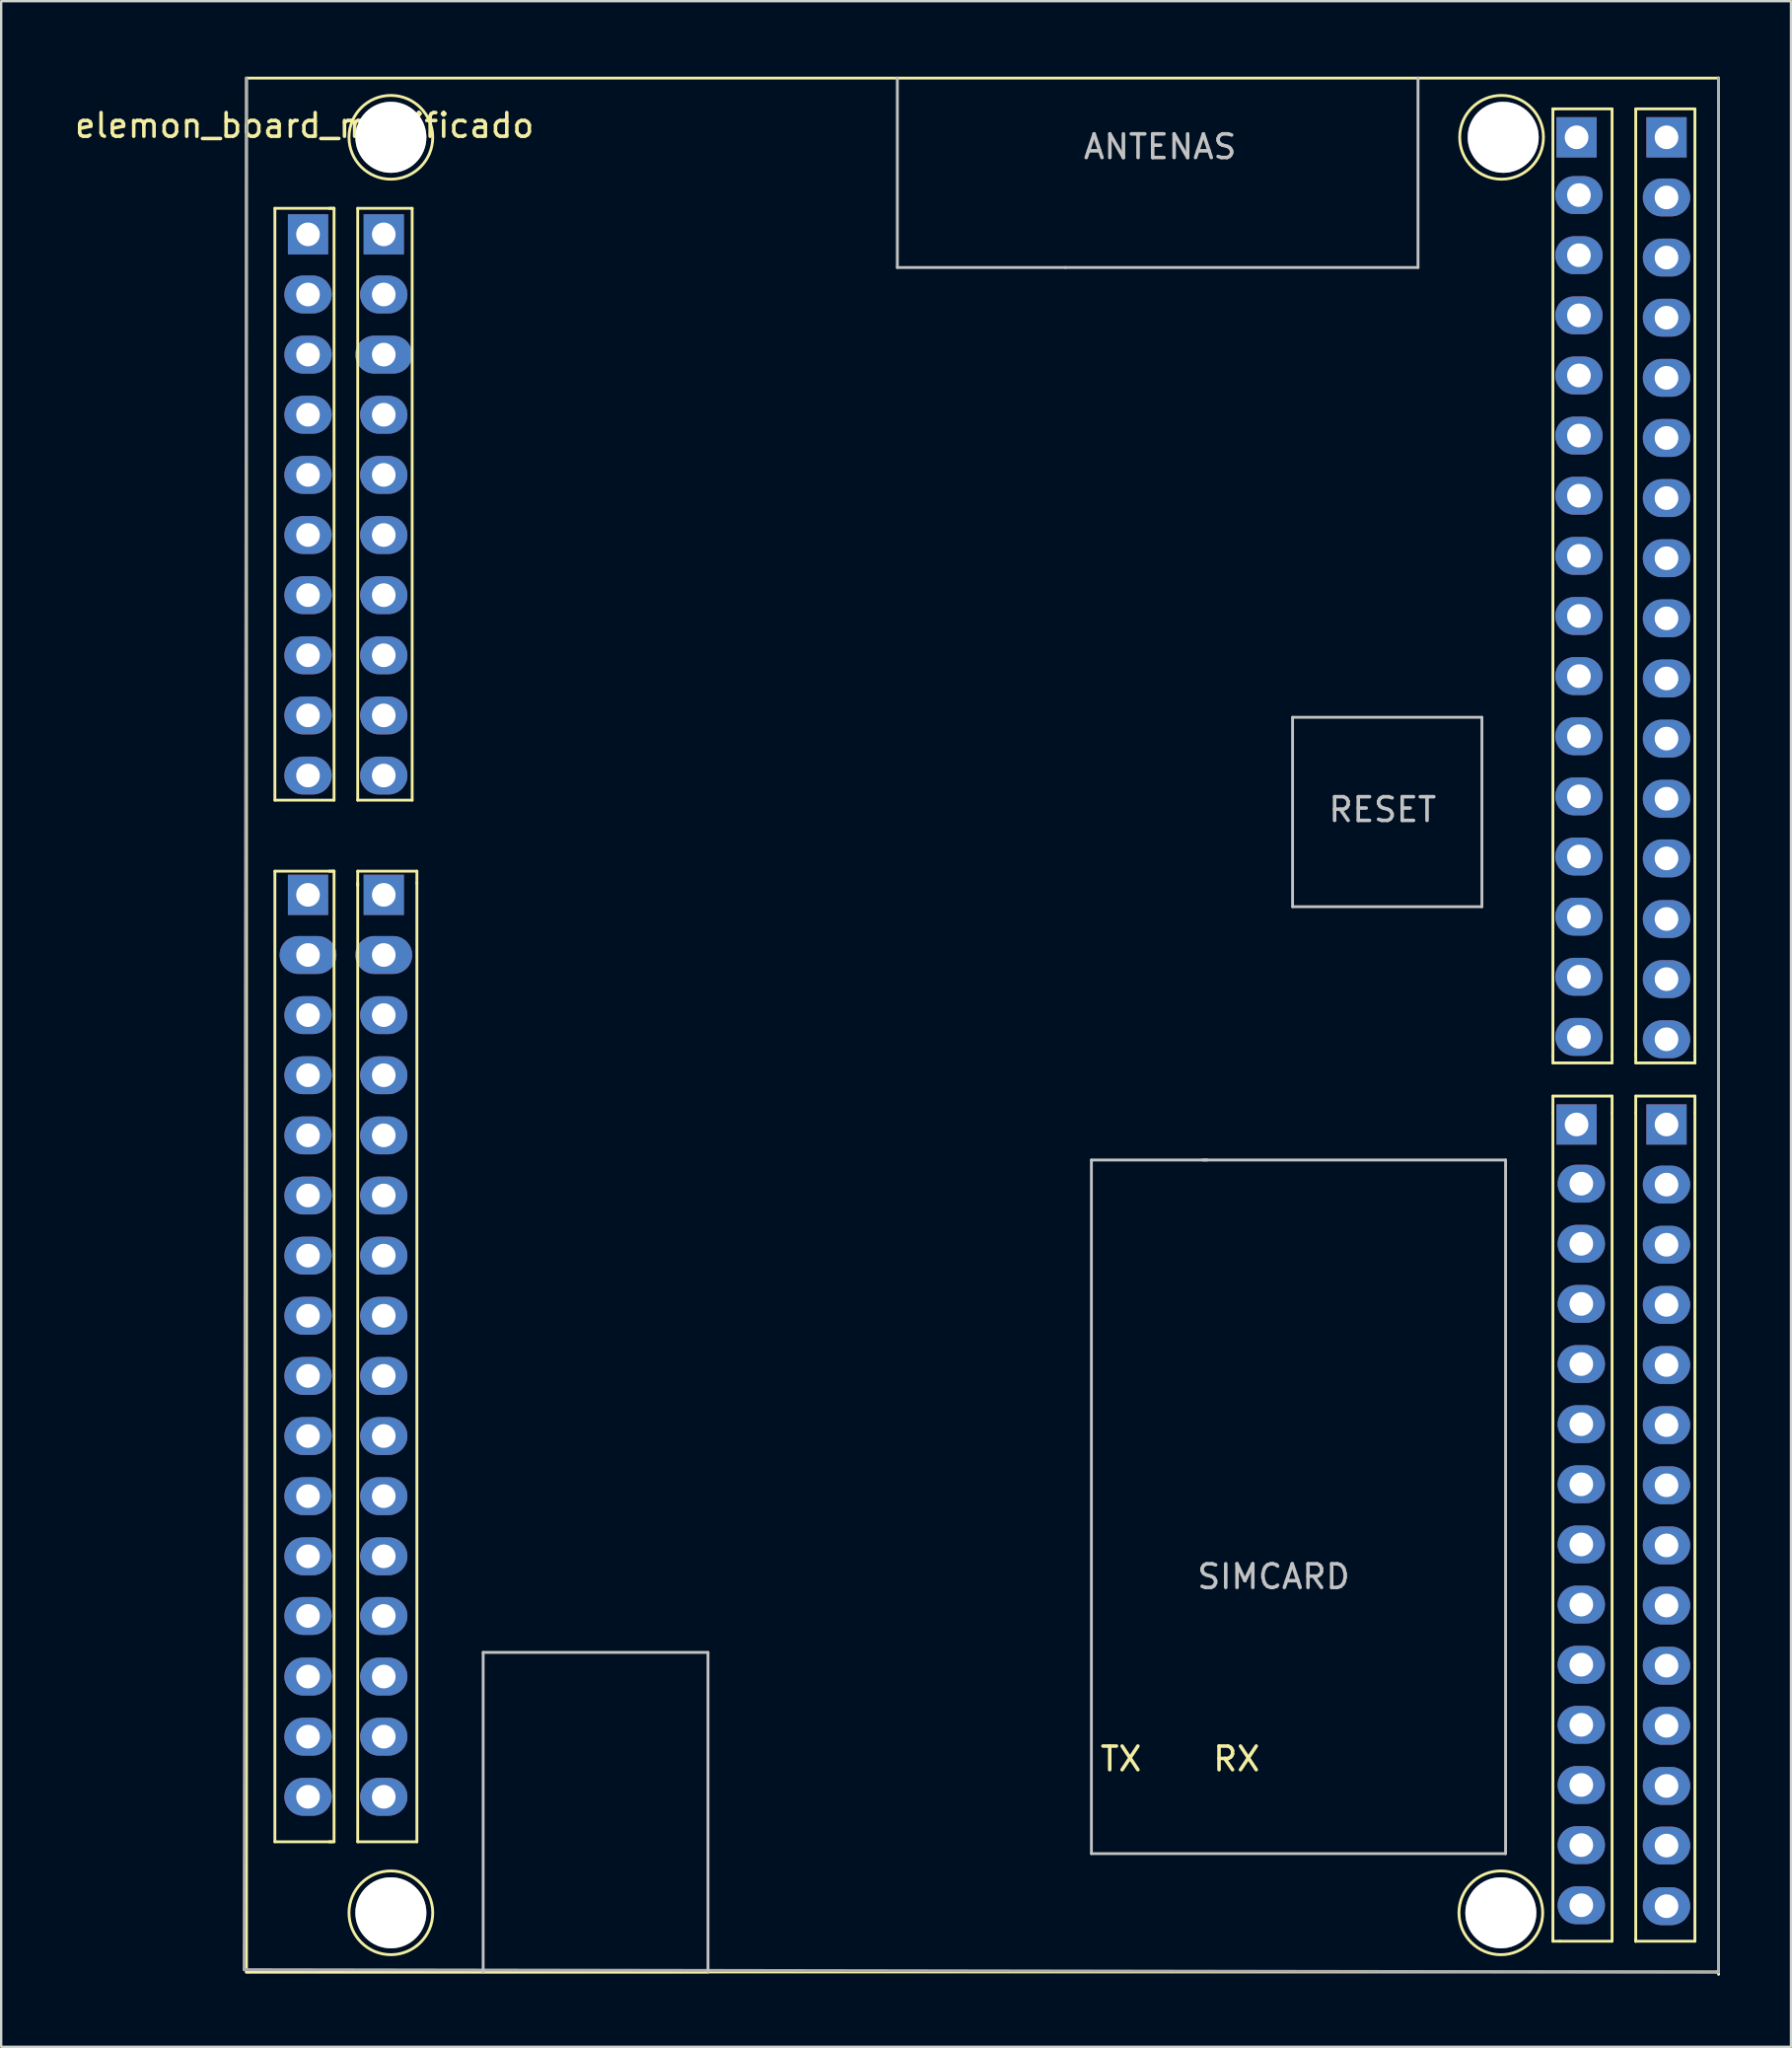
<source format=kicad_pcb>
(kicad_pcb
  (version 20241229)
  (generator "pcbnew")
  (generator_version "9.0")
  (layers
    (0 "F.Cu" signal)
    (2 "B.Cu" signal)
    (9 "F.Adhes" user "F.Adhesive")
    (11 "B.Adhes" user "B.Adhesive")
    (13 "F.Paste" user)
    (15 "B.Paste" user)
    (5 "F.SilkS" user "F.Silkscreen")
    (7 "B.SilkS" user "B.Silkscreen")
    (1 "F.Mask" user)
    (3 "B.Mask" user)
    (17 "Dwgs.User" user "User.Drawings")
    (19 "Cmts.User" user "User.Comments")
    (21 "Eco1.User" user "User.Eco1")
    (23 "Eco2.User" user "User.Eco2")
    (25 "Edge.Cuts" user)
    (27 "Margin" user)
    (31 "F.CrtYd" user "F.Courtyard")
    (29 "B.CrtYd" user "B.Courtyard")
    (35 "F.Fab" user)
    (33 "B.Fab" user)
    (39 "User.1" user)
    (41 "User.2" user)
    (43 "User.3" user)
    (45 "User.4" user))
  (footprint "elemon_board_modificado"
    (layer "F.Cu")
    (at 7.365 0.25)
    (property "Reference" "elemon_board_modificado" (at 2.45 2 0) (layer "F.SilkS") (effects (font (size 1 1) (thickness 0.15))))
    (attr through_hole)
    (fp_line (start 0 0) (end 62.2 0) (stroke (width 0.12) (type solid)) (layer "F.SilkS"))
    (fp_line (start 0 80) (end 0 0) (stroke (width 0.12) (type solid)) (layer "F.SilkS"))
    (fp_line (start 0 80) (end 19.5 80) (stroke (width 0.12) (type solid)) (layer "F.SilkS"))
    (fp_line (start 0.1 80) (end 0 80) (stroke (width 0.12) (type solid)) (layer "F.SilkS"))
    (fp_line (start 0.1 80) (end 62.1 80) (stroke (width 0.12) (type solid)) (layer "F.SilkS"))
    (fp_line (start 1.2 5.5) (end 3.7 5.5) (stroke (width 0.12) (type solid)) (layer "F.SilkS"))
    (fp_line (start 1.2 30.5) (end 1.2 5.5) (stroke (width 0.12) (type solid)) (layer "F.SilkS"))
    (fp_line (start 1.2 30.5) (end 3.7 30.5) (stroke (width 0.12) (type solid)) (layer "F.SilkS"))
    (fp_line (start 1.2 33.5) (end 1.2 74.5) (stroke (width 0.12) (type solid)) (layer "F.SilkS"))
    (fp_line (start 1.2 33.5) (end 3.7 33.5) (stroke (width 0.12) (type solid)) (layer "F.SilkS"))
    (fp_line (start 1.2 74.5) (end 3.6 74.5) (stroke (width 0.12) (type solid)) (layer "F.SilkS"))
    (fp_line (start 3.5 5.5) (end 3.7 5.5) (stroke (width 0.12) (type solid)) (layer "F.SilkS"))
    (fp_line (start 3.5 33.5) (end 3.7 33.5) (stroke (width 0.12) (type solid)) (layer "F.SilkS"))
    (fp_line (start 3.7 5.5) (end 3.7 30.5) (stroke (width 0.12) (type solid)) (layer "F.SilkS"))
    (fp_line (start 3.7 33.5) (end 3.7 74.5) (stroke (width 0.12) (type solid)) (layer "F.SilkS"))
    (fp_line (start 3.7 74.5) (end 3.5 74.5) (stroke (width 0.12) (type solid)) (layer "F.SilkS"))
    (fp_line (start 4.7 5.5) (end 7 5.5) (stroke (width 0.12) (type solid)) (layer "F.SilkS"))
    (fp_line (start 4.7 30.5) (end 4.7 5.5) (stroke (width 0.12) (type solid)) (layer "F.SilkS"))
    (fp_line (start 4.7 30.5) (end 7 30.5) (stroke (width 0.12) (type solid)) (layer "F.SilkS"))
    (fp_line (start 4.7 33.5) (end 4.7 34.1) (stroke (width 0.12) (type solid)) (layer "F.SilkS"))
    (fp_line (start 4.7 34) (end 4.7 74.5) (stroke (width 0.12) (type solid)) (layer "F.SilkS"))
    (fp_line (start 4.7 74.5) (end 7.2 74.5) (stroke (width 0.12) (type solid)) (layer "F.SilkS"))
    (fp_line (start 7 30.5) (end 7 5.5) (stroke (width 0.12) (type solid)) (layer "F.SilkS"))
    (fp_line (start 7.2 33.5) (end 4.7 33.5) (stroke (width 0.12) (type solid)) (layer "F.SilkS"))
    (fp_line (start 7.2 34) (end 7.2 33.5) (stroke (width 0.12) (type solid)) (layer "F.SilkS"))
    (fp_line (start 7.2 34) (end 7.2 74.5) (stroke (width 0.12) (type solid)) (layer "F.SilkS"))
    (fp_line (start 55.2 1.3) (end 55.3 1.3) (stroke (width 0.12) (type solid)) (layer "F.SilkS"))
    (fp_line (start 55.2 41.3) (end 55.2 1.3) (stroke (width 0.12) (type solid)) (layer "F.SilkS"))
    (fp_line (start 55.2 41.6) (end 55.2 41.3) (stroke (width 0.12) (type solid)) (layer "F.SilkS"))
    (fp_line (start 55.2 43) (end 55.2 43.7) (stroke (width 0.12) (type solid)) (layer "F.SilkS"))
    (fp_line (start 55.2 43.7) (end 55.2 78.7) (stroke (width 0.12) (type solid)) (layer "F.SilkS"))
    (fp_line (start 55.2 78.7) (end 55.5 78.7) (stroke (width 0.12) (type solid)) (layer "F.SilkS"))
    (fp_line (start 55.3 1.3) (end 55.2 1.3) (stroke (width 0.12) (type solid)) (layer "F.SilkS"))
    (fp_line (start 55.3 1.3) (end 57.7 1.3) (stroke (width 0.12) (type solid)) (layer "F.SilkS"))
    (fp_line (start 57.7 41.3) (end 57.7 1.3) (stroke (width 0.12) (type solid)) (layer "F.SilkS"))
    (fp_line (start 57.7 41.3) (end 57.7 41.6) (stroke (width 0.12) (type solid)) (layer "F.SilkS"))
    (fp_line (start 57.7 41.6) (end 55.2 41.6) (stroke (width 0.12) (type solid)) (layer "F.SilkS"))
    (fp_line (start 57.7 43) (end 55.2 43) (stroke (width 0.12) (type solid)) (layer "F.SilkS"))
    (fp_line (start 57.7 43.7) (end 57.7 43) (stroke (width 0.12) (type solid)) (layer "F.SilkS"))
    (fp_line (start 57.7 43.7) (end 57.7 78.7) (stroke (width 0.12) (type solid)) (layer "F.SilkS"))
    (fp_line (start 57.7 78.7) (end 55.5 78.7) (stroke (width 0.12) (type solid)) (layer "F.SilkS"))
    (fp_line (start 58.7 1.3) (end 61.2 1.3) (stroke (width 0.12) (type solid)) (layer "F.SilkS"))
    (fp_line (start 58.7 41.3) (end 58.7 1.3) (stroke (width 0.12) (type solid)) (layer "F.SilkS"))
    (fp_line (start 58.7 41.6) (end 58.7 41.2) (stroke (width 0.12) (type solid)) (layer "F.SilkS"))
    (fp_line (start 58.7 43) (end 61.2 43) (stroke (width 0.12) (type solid)) (layer "F.SilkS"))
    (fp_line (start 58.7 43.7) (end 58.7 43) (stroke (width 0.12) (type solid)) (layer "F.SilkS"))
    (fp_line (start 58.7 78.6) (end 58.7 78.7) (stroke (width 0.12) (type solid)) (layer "F.SilkS"))
    (fp_line (start 58.7 78.7) (end 58.7 43.7) (stroke (width 0.12) (type solid)) (layer "F.SilkS"))
    (fp_line (start 58.7 78.7) (end 58.7 78.6) (stroke (width 0.12) (type solid)) (layer "F.SilkS"))
    (fp_line (start 58.7 78.7) (end 61.2 78.7) (stroke (width 0.12) (type solid)) (layer "F.SilkS"))
    (fp_line (start 61.2 1.3) (end 61.2 41.3) (stroke (width 0.12) (type solid)) (layer "F.SilkS"))
    (fp_line (start 61.2 41.3) (end 61.2 41.6) (stroke (width 0.12) (type solid)) (layer "F.SilkS"))
    (fp_line (start 61.2 41.6) (end 58.7 41.6) (stroke (width 0.12) (type solid)) (layer "F.SilkS"))
    (fp_line (start 61.2 43.7) (end 61.2 43) (stroke (width 0.12) (type solid)) (layer "F.SilkS"))
    (fp_line (start 61.2 43.7) (end 61.2 78.7) (stroke (width 0.12) (type solid)) (layer "F.SilkS"))
    (fp_line (start 62.1 80) (end 62.2 80) (stroke (width 0.12) (type solid)) (layer "F.SilkS"))
    (fp_line (start 62.2 0) (end 62.2 1) (stroke (width 0.12) (type solid)) (layer "F.SilkS"))
    (fp_line (start 62.2 0) (end 62.2 80.1) (stroke (width 0.12) (type solid)) (layer "F.SilkS"))
    (fp_circle (center 6.1 2.5) (end 7.4 3.7) (stroke (width 0.12) (type solid)) (fill no) (layer "F.SilkS"))
    (fp_circle (center 6.1 77.5) (end 7.4 78.7) (stroke (width 0.12) (type solid)) (fill no) (layer "F.SilkS"))
    (fp_circle (center 53 77.5) (end 54.3 78.7) (stroke (width 0.12) (type solid)) (fill no) (layer "F.SilkS"))
    (fp_circle (center 53.031 2.5) (end 54.331 3.7) (stroke (width 0.12) (type solid)) (fill no) (layer "F.SilkS"))
    (fp_line (start 10 66.5) (end 10 80) (stroke (width 0.12) (type solid)) (layer "Dwgs.User"))
    (fp_line (start 19.5 66.5) (end 10 66.5) (stroke (width 0.12) (type solid)) (layer "Dwgs.User"))
    (fp_line (start 19.5 80) (end 19.5 66.5) (stroke (width 0.12) (type solid)) (layer "Dwgs.User"))
    (fp_line (start 27.5 0) (end 27.5 8) (stroke (width 0.12) (type solid)) (layer "Dwgs.User"))
    (fp_line (start 27.5 8) (end 34.6 8) (stroke (width 0.12) (type solid)) (layer "Dwgs.User"))
    (fp_line (start 35.7 45.7) (end 40.6 45.7) (stroke (width 0.12) (type solid)) (layer "Dwgs.User"))
    (fp_line (start 35.7 75) (end 35.7 45.7) (stroke (width 0.12) (type solid)) (layer "Dwgs.User"))
    (fp_line (start 35.7 75) (end 53.2 75) (stroke (width 0.12) (type solid)) (layer "Dwgs.User"))
    (fp_line (start 44.2 27) (end 44.2 35) (stroke (width 0.12) (type solid)) (layer "Dwgs.User"))
    (fp_line (start 44.2 35) (end 52.2 35) (stroke (width 0.12) (type solid)) (layer "Dwgs.User"))
    (fp_line (start 49.5 0) (end 49.5 8) (stroke (width 0.12) (type solid)) (layer "Dwgs.User"))
    (fp_line (start 49.5 8) (end 34.6 8) (stroke (width 0.12) (type solid)) (layer "Dwgs.User"))
    (fp_line (start 52.2 27) (end 44.2 27) (stroke (width 0.12) (type solid)) (layer "Dwgs.User"))
    (fp_line (start 52.2 27) (end 52.2 35) (stroke (width 0.12) (type solid)) (layer "Dwgs.User"))
    (fp_line (start 53.2 45.7) (end 40.4 45.7) (stroke (width 0.12) (type solid)) (layer "Dwgs.User"))
    (fp_line (start 53.2 75) (end 53.2 45.7) (stroke (width 0.12) (type solid)) (layer "Dwgs.User"))
    (fp_line (start -0.1 79.9) (end 0 0) (stroke (width 0.12) (type solid)) (layer "F.Fab"))
    (fp_line (start 62.2 0) (end 62.2 80) (stroke (width 0.12) (type solid)) (layer "F.Fab"))
    (fp_line (start 62.2 80) (end -0.1 79.9) (stroke (width 0.12) (type solid)) (layer "F.Fab"))
    (fp_text user "TX    RX" (at 39.45 71 0) (layer "F.SilkS") (effects (font (size 1 1) (thickness 0.15))))
    (fp_text user "SIMCARD" (at 43.4 63.3 0) (layer "Dwgs.User") (effects (font (size 1 1) (thickness 0.15))))
    (fp_text user "RESET" (at 48 30.9 0) (layer "Dwgs.User") (effects (font (size 1 1) (thickness 0.15))))
    (fp_text user "ANTENAS" (at 38.6 2.9 0) (layer "Dwgs.User") (effects (font (size 1 1) (thickness 0.15))))
    (pad "" thru_hole circle (at 6.1 2.5) (size 3 3) (drill 3) (layers "*.Cu" "*.Mask"))
    (pad "" thru_hole circle (at 6.1 77.5) (size 3 3) (drill 3) (layers "*.Cu" "*.Mask"))
    (pad "" thru_hole circle (at 53 77.5) (size 3 3) (drill 3) (layers "*.Cu" "*.Mask"))
    (pad "" thru_hole circle (at 53.1 2.5) (size 3 3) (drill 3) (layers "*.Cu" "*.Mask"))
    (pad "1" thru_hole rect (at 2.6 6.6) (size 1.7 1.7) (drill 1) (layers "*.Cu" "*.Mask"))
    (pad "1" thru_hole rect (at 5.8 6.6) (size 1.7 1.7) (drill 1) (layers "*.Cu" "*.Mask"))
    (pad "2" thru_hole oval (at 2.6 9.14) (size 2 1.6) (drill 1) (layers "*.Cu" "*.Mask"))
    (pad "2" thru_hole oval (at 5.8 9.14) (size 2 1.6) (drill 1) (layers "*.Cu" "*.Mask"))
    (pad "3" thru_hole oval (at 2.6 11.68) (size 2 1.6) (drill 1) (layers "*.Cu" "*.Mask"))
    (pad "3" thru_hole oval (at 5.8 11.68) (size 2.4 1.6) (drill 1) (layers "*.Cu" "*.Mask"))
    (pad "4" thru_hole oval (at 2.6 14.22) (size 2 1.6) (drill 1) (layers "*.Cu" "*.Mask"))
    (pad "4" thru_hole oval (at 5.8 14.22) (size 2 1.6) (drill 1) (layers "*.Cu" "*.Mask"))
    (pad "5" thru_hole oval (at 2.6 16.76) (size 2 1.6) (drill 1) (layers "*.Cu" "*.Mask"))
    (pad "5" thru_hole oval (at 5.8 16.76) (size 2 1.6) (drill 1) (layers "*.Cu" "*.Mask"))
    (pad "6" thru_hole oval (at 2.6 19.3) (size 2 1.6) (drill 1) (layers "*.Cu" "*.Mask"))
    (pad "6" thru_hole oval (at 5.8 19.3) (size 2 1.6) (drill 1) (layers "*.Cu" "*.Mask"))
    (pad "7" thru_hole oval (at 2.6 21.84) (size 2 1.6) (drill 1) (layers "*.Cu" "*.Mask"))
    (pad "7" thru_hole oval (at 5.8 21.84) (size 2 1.6) (drill 1) (layers "*.Cu" "*.Mask"))
    (pad "8" thru_hole oval (at 2.6 24.38) (size 2 1.6) (drill 1) (layers "*.Cu" "*.Mask"))
    (pad "8" thru_hole oval (at 5.8 24.38) (size 2 1.6) (drill 1) (layers "*.Cu" "*.Mask"))
    (pad "9" thru_hole oval (at 2.6 26.92) (size 2 1.6) (drill 1) (layers "*.Cu" "*.Mask"))
    (pad "9" thru_hole oval (at 5.8 26.92) (size 2 1.6) (drill 1) (layers "*.Cu" "*.Mask"))
    (pad "10" thru_hole oval (at 2.6 29.46) (size 2 1.6) (drill 1) (layers "*.Cu" "*.Mask"))
    (pad "10" thru_hole oval (at 5.8 29.46) (size 2 1.6) (drill 1) (layers "*.Cu" "*.Mask"))
    (pad "11" thru_hole rect (at 2.6 34.5) (size 1.7 1.7) (drill 1) (layers "*.Cu" "*.Mask"))
    (pad "11" thru_hole rect (at 5.8 34.5) (size 1.7 1.7) (drill 1) (layers "*.Cu" "*.Mask"))
    (pad "12" thru_hole oval (at 2.6 37.04) (size 2.4 1.6) (drill 1) (layers "*.Cu" "*.Mask"))
    (pad "12" thru_hole oval (at 5.8 37.04) (size 2.4 1.6) (drill 1) (layers "*.Cu" "*.Mask"))
    (pad "13" thru_hole oval (at 2.6 39.58) (size 2 1.6) (drill 1) (layers "*.Cu" "*.Mask"))
    (pad "13" thru_hole oval (at 5.8 39.58) (size 2 1.6) (drill 1) (layers "*.Cu" "*.Mask"))
    (pad "14" thru_hole oval (at 2.6 42.12) (size 2 1.6) (drill 1) (layers "*.Cu" "*.Mask"))
    (pad "14" thru_hole oval (at 5.8 42.12) (size 2 1.6) (drill 1) (layers "*.Cu" "*.Mask"))
    (pad "15" thru_hole oval (at 2.6 44.66) (size 2 1.6) (drill 1) (layers "*.Cu" "*.Mask"))
    (pad "15" thru_hole oval (at 5.8 44.66) (size 2 1.6) (drill 1) (layers "*.Cu" "*.Mask"))
    (pad "16" thru_hole oval (at 2.6 47.2) (size 2 1.6) (drill 1) (layers "*.Cu" "*.Mask"))
    (pad "16" thru_hole oval (at 5.8 47.2) (size 2 1.6) (drill 1) (layers "*.Cu" "*.Mask"))
    (pad "17" thru_hole oval (at 2.6 49.74) (size 2 1.6) (drill 1) (layers "*.Cu" "*.Mask"))
    (pad "17" thru_hole oval (at 5.8 49.74) (size 2 1.6) (drill 1) (layers "*.Cu" "*.Mask"))
    (pad "18" thru_hole oval (at 2.6 52.28) (size 2 1.6) (drill 1) (layers "*.Cu" "*.Mask"))
    (pad "18" thru_hole oval (at 5.8 52.28) (size 2 1.6) (drill 1) (layers "*.Cu" "*.Mask"))
    (pad "19" thru_hole oval (at 2.6 54.82) (size 2 1.6) (drill 1) (layers "*.Cu" "*.Mask"))
    (pad "19" thru_hole oval (at 5.8 54.82) (size 2 1.6) (drill 1) (layers "*.Cu" "*.Mask"))
    (pad "20" thru_hole oval (at 2.6 57.36) (size 2 1.6) (drill 1) (layers "*.Cu" "*.Mask"))
    (pad "20" thru_hole oval (at 5.8 57.36) (size 2 1.6) (drill 1) (layers "*.Cu" "*.Mask"))
    (pad "21" thru_hole oval (at 2.6 59.9) (size 2 1.6) (drill 1) (layers "*.Cu" "*.Mask"))
    (pad "21" thru_hole oval (at 5.8 59.9) (size 2 1.6) (drill 1) (layers "*.Cu" "*.Mask"))
    (pad "22" thru_hole oval (at 2.6 62.44) (size 2 1.6) (drill 1) (layers "*.Cu" "*.Mask"))
    (pad "22" thru_hole oval (at 5.8 62.44) (size 2 1.6) (drill 1) (layers "*.Cu" "*.Mask"))
    (pad "23" thru_hole oval (at 2.6 64.96) (size 2 1.6) (drill 1) (layers "*.Cu" "*.Mask"))
    (pad "23" thru_hole oval (at 5.8 64.96) (size 2 1.6) (drill 1) (layers "*.Cu" "*.Mask"))
    (pad "24" thru_hole oval (at 2.6 67.52) (size 2 1.6) (drill 1) (layers "*.Cu" "*.Mask"))
    (pad "24" thru_hole oval (at 5.8 67.52) (size 2 1.6) (drill 1) (layers "*.Cu" "*.Mask"))
    (pad "25" thru_hole oval (at 2.6 70.06) (size 2 1.6) (drill 1) (layers "*.Cu" "*.Mask"))
    (pad "25" thru_hole oval (at 5.8 70.06) (size 2 1.6) (drill 1) (layers "*.Cu" "*.Mask"))
    (pad "26" thru_hole oval (at 2.6 72.6) (size 2 1.6) (drill 1) (layers "*.Cu" "*.Mask"))
    (pad "26" thru_hole oval (at 5.8 72.6) (size 2 1.6) (drill 1) (layers "*.Cu" "*.Mask"))
    (pad "27" thru_hole rect (at 56.2 2.5) (size 1.7 1.7) (drill 1) (layers "*.Cu" "*.Mask"))
    (pad "27" thru_hole rect (at 60 2.5) (size 1.7 1.7) (drill 1) (layers "*.Cu" "*.Mask"))
    (pad "28" thru_hole oval (at 56.3 4.94) (size 2 1.6) (drill 1) (layers "*.Cu" "*.Mask"))
    (pad "28" thru_hole oval (at 60 5.04) (size 2 1.6) (drill 1) (layers "*.Cu" "*.Mask"))
    (pad "29" thru_hole oval (at 56.3 7.48) (size 2 1.6) (drill 1) (layers "*.Cu" "*.Mask"))
    (pad "29" thru_hole oval (at 60 7.58) (size 2 1.6) (drill 1) (layers "*.Cu" "*.Mask"))
    (pad "30" thru_hole oval (at 56.3 10.02) (size 2 1.6) (drill 1) (layers "*.Cu" "*.Mask"))
    (pad "30" thru_hole oval (at 60 10.12) (size 2 1.6) (drill 1) (layers "*.Cu" "*.Mask"))
    (pad "31" thru_hole oval (at 56.3 12.56) (size 2 1.6) (drill 1) (layers "*.Cu" "*.Mask"))
    (pad "31" thru_hole oval (at 60 12.66) (size 2 1.6) (drill 1) (layers "*.Cu" "*.Mask"))
    (pad "32" thru_hole oval (at 56.3 15.1) (size 2 1.6) (drill 1) (layers "*.Cu" "*.Mask"))
    (pad "32" thru_hole oval (at 60 15.2) (size 2 1.6) (drill 1) (layers "*.Cu" "*.Mask"))
    (pad "33" thru_hole oval (at 56.3 17.64) (size 2 1.6) (drill 1) (layers "*.Cu" "*.Mask"))
    (pad "33" thru_hole oval (at 60 17.74) (size 2 1.6) (drill 1) (layers "*.Cu" "*.Mask"))
    (pad "34" thru_hole oval (at 56.3 20.18) (size 2 1.6) (drill 1) (layers "*.Cu" "*.Mask"))
    (pad "34" thru_hole oval (at 60 20.28) (size 2 1.6) (drill 1) (layers "*.Cu" "*.Mask"))
    (pad "35" thru_hole oval (at 56.3 22.72) (size 2 1.6) (drill 1) (layers "*.Cu" "*.Mask"))
    (pad "35" thru_hole oval (at 60 22.82) (size 2 1.6) (drill 1) (layers "*.Cu" "*.Mask"))
    (pad "36" thru_hole oval (at 56.3 25.26) (size 2 1.6) (drill 1) (layers "*.Cu" "*.Mask"))
    (pad "36" thru_hole oval (at 60 25.36) (size 2 1.6) (drill 1) (layers "*.Cu" "*.Mask"))
    (pad "37" thru_hole oval (at 56.3 27.8) (size 2 1.6) (drill 1) (layers "*.Cu" "*.Mask"))
    (pad "37" thru_hole oval (at 60 27.9) (size 2 1.6) (drill 1) (layers "*.Cu" "*.Mask"))
    (pad "38" thru_hole oval (at 56.3 30.34) (size 2 1.6) (drill 1) (layers "*.Cu" "*.Mask"))
    (pad "38" thru_hole oval (at 60 30.44) (size 2 1.6) (drill 1) (layers "*.Cu" "*.Mask"))
    (pad "39" thru_hole oval (at 56.3 32.88) (size 2 1.6) (drill 1) (layers "*.Cu" "*.Mask"))
    (pad "39" thru_hole oval (at 60 32.96) (size 2 1.6) (drill 1) (layers "*.Cu" "*.Mask"))
    (pad "40" thru_hole oval (at 56.3 35.42) (size 2 1.6) (drill 1) (layers "*.Cu" "*.Mask"))
    (pad "40" thru_hole oval (at 60 35.52) (size 2 1.6) (drill 1) (layers "*.Cu" "*.Mask"))
    (pad "41" thru_hole oval (at 56.3 37.96) (size 2 1.6) (drill 1) (layers "*.Cu" "*.Mask"))
    (pad "41" thru_hole oval (at 60 38.06) (size 2 1.6) (drill 1) (layers "*.Cu" "*.Mask"))
    (pad "42" thru_hole oval (at 56.3 40.5) (size 2 1.6) (drill 1) (layers "*.Cu" "*.Mask"))
    (pad "42" thru_hole oval (at 60 40.6) (size 2 1.6) (drill 1) (layers "*.Cu" "*.Mask"))
    (pad "43" thru_hole rect (at 56.2 44.2) (size 1.7 1.7) (drill 1) (layers "*.Cu" "*.Mask"))
    (pad "43" thru_hole rect (at 60 44.2) (size 1.7 1.7) (drill 1) (layers "*.Cu" "*.Mask"))
    (pad "44" thru_hole oval (at 56.4 46.7) (size 2 1.6) (drill 1) (layers "*.Cu" "*.Mask"))
    (pad "44" thru_hole oval (at 60 46.74) (size 2 1.6) (drill 1) (layers "*.Cu" "*.Mask"))
    (pad "45" thru_hole oval (at 56.4 49.24) (size 2 1.6) (drill 1) (layers "*.Cu" "*.Mask"))
    (pad "45" thru_hole oval (at 60 49.28) (size 2 1.6) (drill 1) (layers "*.Cu" "*.Mask"))
    (pad "46" thru_hole oval (at 56.4 51.78) (size 2 1.6) (drill 1) (layers "*.Cu" "*.Mask"))
    (pad "46" thru_hole oval (at 60 51.82) (size 2 1.6) (drill 1) (layers "*.Cu" "*.Mask"))
    (pad "47" thru_hole oval (at 56.4 54.32) (size 2 1.6) (drill 1) (layers "*.Cu" "*.Mask"))
    (pad "47" thru_hole oval (at 60 54.36) (size 2 1.6) (drill 1) (layers "*.Cu" "*.Mask"))
    (pad "48" thru_hole oval (at 56.4 56.86) (size 2 1.6) (drill 1) (layers "*.Cu" "*.Mask"))
    (pad "48" thru_hole oval (at 60 56.9) (size 2 1.6) (drill 1) (layers "*.Cu" "*.Mask"))
    (pad "49" thru_hole oval (at 56.4 59.4) (size 2 1.6) (drill 1) (layers "*.Cu" "*.Mask"))
    (pad "49" thru_hole oval (at 60 59.44) (size 2 1.6) (drill 1) (layers "*.Cu" "*.Mask"))
    (pad "50" thru_hole oval (at 56.4 61.94) (size 2 1.6) (drill 1) (layers "*.Cu" "*.Mask"))
    (pad "50" thru_hole oval (at 60 61.98) (size 2 1.6) (drill 1) (layers "*.Cu" "*.Mask"))
    (pad "51" thru_hole oval (at 56.4 64.48) (size 2 1.6) (drill 1) (layers "*.Cu" "*.Mask"))
    (pad "51" thru_hole oval (at 60 64.52) (size 2 1.6) (drill 1) (layers "*.Cu" "*.Mask"))
    (pad "52" thru_hole oval (at 56.4 67.02) (size 2 1.6) (drill 1) (layers "*.Cu" "*.Mask"))
    (pad "52" thru_hole oval (at 60 67.06) (size 2 1.6) (drill 1) (layers "*.Cu" "*.Mask"))
    (pad "53" thru_hole oval (at 56.4 69.56) (size 2 1.6) (drill 1) (layers "*.Cu" "*.Mask"))
    (pad "53" thru_hole oval (at 60 69.6) (size 2 1.6) (drill 1) (layers "*.Cu" "*.Mask"))
    (pad "54" thru_hole oval (at 56.4 72.1) (size 2 1.6) (drill 1) (layers "*.Cu" "*.Mask"))
    (pad "54" thru_hole oval (at 60 72.14) (size 2 1.6) (drill 1) (layers "*.Cu" "*.Mask"))
    (pad "55" thru_hole oval (at 56.4 74.64) (size 2 1.6) (drill 1) (layers "*.Cu" "*.Mask"))
    (pad "55" thru_hole oval (at 60 74.66) (size 2 1.6) (drill 1) (layers "*.Cu" "*.Mask"))
    (pad "56" thru_hole oval (at 56.4 77.18) (size 2 1.6) (drill 1) (layers "*.Cu" "*.Mask"))
    (pad "56" thru_hole oval (at 60 77.22) (size 2 1.6) (drill 1) (layers "*.Cu" "*.Mask")))
  (gr_rect
    (start -3 -3)
    (end 72.625 83.41)
    (stroke (width 0.1) (type default))
    (fill no)
    (layer "Edge.Cuts")))
</source>
